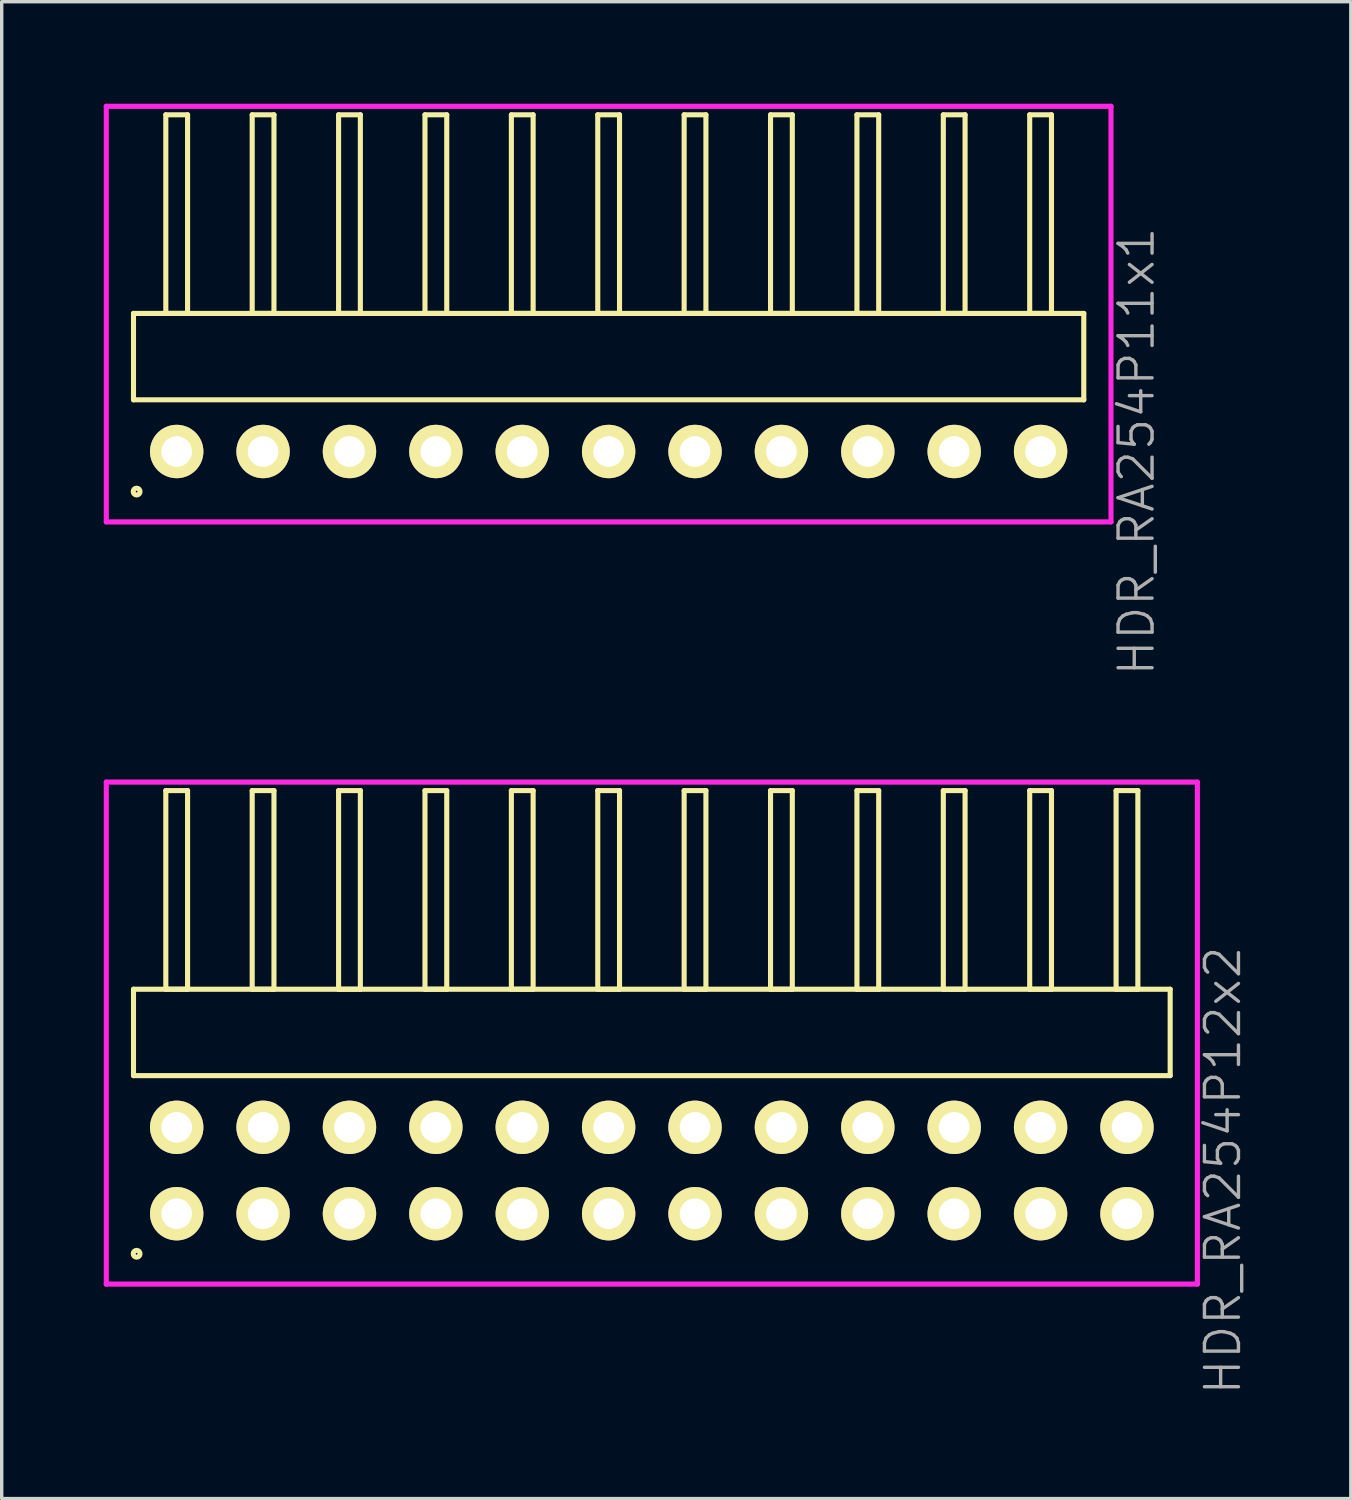
<source format=kicad_pcb>
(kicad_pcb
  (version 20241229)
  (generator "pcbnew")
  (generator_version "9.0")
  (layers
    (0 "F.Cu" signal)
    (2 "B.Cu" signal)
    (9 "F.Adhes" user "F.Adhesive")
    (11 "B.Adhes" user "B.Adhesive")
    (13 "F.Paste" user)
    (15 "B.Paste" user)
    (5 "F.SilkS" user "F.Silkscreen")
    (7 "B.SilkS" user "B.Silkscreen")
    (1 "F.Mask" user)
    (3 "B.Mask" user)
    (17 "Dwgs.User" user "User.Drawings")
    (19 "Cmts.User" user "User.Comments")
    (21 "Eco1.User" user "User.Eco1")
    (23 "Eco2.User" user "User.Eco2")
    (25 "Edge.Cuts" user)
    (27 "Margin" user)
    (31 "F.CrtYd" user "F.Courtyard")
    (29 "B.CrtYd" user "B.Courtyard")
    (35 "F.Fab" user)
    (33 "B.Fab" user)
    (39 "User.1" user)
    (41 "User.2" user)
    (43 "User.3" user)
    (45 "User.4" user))
  (footprint "HDR_RA254P12x2"
    (layer "F.Cu")
    (at 16.115 31.365)
    (property "Reference" "HDR_RA254P12x2" (at 16.79 0 90) (layer "F.Fab") (effects (font (size 1 1) (thickness 0.1))))
    (attr through_hole)
    (fp_line (start -15.24 -5.33) (end -15.24 -2.79) (stroke (width 0.15) (type solid)) (layer "F.SilkS"))
    (fp_line (start -15.24 -2.79) (end 15.24 -2.79) (stroke (width 0.15) (type solid)) (layer "F.SilkS"))
    (fp_line (start -14.29 -11.17) (end -14.29 -5.33) (stroke (width 0.15) (type solid)) (layer "F.SilkS"))
    (fp_line (start -14.29 -5.33) (end -13.65 -5.33) (stroke (width 0.15) (type solid)) (layer "F.SilkS"))
    (fp_line (start -13.65 -11.17) (end -14.29 -11.17) (stroke (width 0.15) (type solid)) (layer "F.SilkS"))
    (fp_line (start -13.65 -5.33) (end -13.65 -11.17) (stroke (width 0.15) (type solid)) (layer "F.SilkS"))
    (fp_line (start -11.75 -11.17) (end -11.75 -5.33) (stroke (width 0.15) (type solid)) (layer "F.SilkS"))
    (fp_line (start -11.75 -5.33) (end -11.11 -5.33) (stroke (width 0.15) (type solid)) (layer "F.SilkS"))
    (fp_line (start -11.11 -11.17) (end -11.75 -11.17) (stroke (width 0.15) (type solid)) (layer "F.SilkS"))
    (fp_line (start -11.11 -5.33) (end -11.11 -11.17) (stroke (width 0.15) (type solid)) (layer "F.SilkS"))
    (fp_line (start -9.21 -11.17) (end -9.21 -5.33) (stroke (width 0.15) (type solid)) (layer "F.SilkS"))
    (fp_line (start -9.21 -5.33) (end -8.57 -5.33) (stroke (width 0.15) (type solid)) (layer "F.SilkS"))
    (fp_line (start -8.57 -11.17) (end -9.21 -11.17) (stroke (width 0.15) (type solid)) (layer "F.SilkS"))
    (fp_line (start -8.57 -5.33) (end -8.57 -11.17) (stroke (width 0.15) (type solid)) (layer "F.SilkS"))
    (fp_line (start -6.67 -11.17) (end -6.67 -5.33) (stroke (width 0.15) (type solid)) (layer "F.SilkS"))
    (fp_line (start -6.67 -5.33) (end -6.03 -5.33) (stroke (width 0.15) (type solid)) (layer "F.SilkS"))
    (fp_line (start -6.03 -11.17) (end -6.67 -11.17) (stroke (width 0.15) (type solid)) (layer "F.SilkS"))
    (fp_line (start -6.03 -5.33) (end -6.03 -11.17) (stroke (width 0.15) (type solid)) (layer "F.SilkS"))
    (fp_line (start -4.13 -11.17) (end -4.13 -5.33) (stroke (width 0.15) (type solid)) (layer "F.SilkS"))
    (fp_line (start -4.13 -5.33) (end -3.49 -5.33) (stroke (width 0.15) (type solid)) (layer "F.SilkS"))
    (fp_line (start -3.49 -11.17) (end -4.13 -11.17) (stroke (width 0.15) (type solid)) (layer "F.SilkS"))
    (fp_line (start -3.49 -5.33) (end -3.49 -11.17) (stroke (width 0.15) (type solid)) (layer "F.SilkS"))
    (fp_line (start -1.59 -11.17) (end -1.59 -5.33) (stroke (width 0.15) (type solid)) (layer "F.SilkS"))
    (fp_line (start -1.59 -5.33) (end -0.95 -5.33) (stroke (width 0.15) (type solid)) (layer "F.SilkS"))
    (fp_line (start -0.95 -11.17) (end -1.59 -11.17) (stroke (width 0.15) (type solid)) (layer "F.SilkS"))
    (fp_line (start -0.95 -5.33) (end -0.95 -11.17) (stroke (width 0.15) (type solid)) (layer "F.SilkS"))
    (fp_line (start 0.95 -11.17) (end 0.95 -5.33) (stroke (width 0.15) (type solid)) (layer "F.SilkS"))
    (fp_line (start 0.95 -5.33) (end 1.59 -5.33) (stroke (width 0.15) (type solid)) (layer "F.SilkS"))
    (fp_line (start 1.59 -11.17) (end 0.95 -11.17) (stroke (width 0.15) (type solid)) (layer "F.SilkS"))
    (fp_line (start 1.59 -5.33) (end 1.59 -11.17) (stroke (width 0.15) (type solid)) (layer "F.SilkS"))
    (fp_line (start 3.49 -11.17) (end 3.49 -5.33) (stroke (width 0.15) (type solid)) (layer "F.SilkS"))
    (fp_line (start 3.49 -5.33) (end 4.13 -5.33) (stroke (width 0.15) (type solid)) (layer "F.SilkS"))
    (fp_line (start 4.13 -11.17) (end 3.49 -11.17) (stroke (width 0.15) (type solid)) (layer "F.SilkS"))
    (fp_line (start 4.13 -5.33) (end 4.13 -11.17) (stroke (width 0.15) (type solid)) (layer "F.SilkS"))
    (fp_line (start 6.03 -11.17) (end 6.03 -5.33) (stroke (width 0.15) (type solid)) (layer "F.SilkS"))
    (fp_line (start 6.03 -5.33) (end 6.67 -5.33) (stroke (width 0.15) (type solid)) (layer "F.SilkS"))
    (fp_line (start 6.67 -11.17) (end 6.03 -11.17) (stroke (width 0.15) (type solid)) (layer "F.SilkS"))
    (fp_line (start 6.67 -5.33) (end 6.67 -11.17) (stroke (width 0.15) (type solid)) (layer "F.SilkS"))
    (fp_line (start 8.57 -11.17) (end 8.57 -5.33) (stroke (width 0.15) (type solid)) (layer "F.SilkS"))
    (fp_line (start 8.57 -5.33) (end 9.21 -5.33) (stroke (width 0.15) (type solid)) (layer "F.SilkS"))
    (fp_line (start 9.21 -11.17) (end 8.57 -11.17) (stroke (width 0.15) (type solid)) (layer "F.SilkS"))
    (fp_line (start 9.21 -5.33) (end 9.21 -11.17) (stroke (width 0.15) (type solid)) (layer "F.SilkS"))
    (fp_line (start 11.11 -11.17) (end 11.11 -5.33) (stroke (width 0.15) (type solid)) (layer "F.SilkS"))
    (fp_line (start 11.11 -5.33) (end 11.75 -5.33) (stroke (width 0.15) (type solid)) (layer "F.SilkS"))
    (fp_line (start 11.75 -11.17) (end 11.11 -11.17) (stroke (width 0.15) (type solid)) (layer "F.SilkS"))
    (fp_line (start 11.75 -5.33) (end 11.75 -11.17) (stroke (width 0.15) (type solid)) (layer "F.SilkS"))
    (fp_line (start 13.65 -11.17) (end 13.65 -5.33) (stroke (width 0.15) (type solid)) (layer "F.SilkS"))
    (fp_line (start 13.65 -5.33) (end 14.29 -5.33) (stroke (width 0.15) (type solid)) (layer "F.SilkS"))
    (fp_line (start 14.29 -11.17) (end 13.65 -11.17) (stroke (width 0.15) (type solid)) (layer "F.SilkS"))
    (fp_line (start 14.29 -5.33) (end 14.29 -11.17) (stroke (width 0.15) (type solid)) (layer "F.SilkS"))
    (fp_line (start 15.24 -5.33) (end -15.24 -5.33) (stroke (width 0.15) (type solid)) (layer "F.SilkS"))
    (fp_line (start 15.24 -2.79) (end 15.24 -5.33) (stroke (width 0.15) (type solid)) (layer "F.SilkS"))
    (fp_circle (center -15.148 2.448) (end -15.048 2.448) (stroke (width 0.15) (type solid)) (fill no) (layer "F.SilkS"))
    (fp_line (start -16.04 -11.42) (end -16.04 3.34) (stroke (width 0.15) (type solid)) (layer "F.CrtYd"))
    (fp_line (start -16.04 3.34) (end 16.04 3.34) (stroke (width 0.15) (type solid)) (layer "F.CrtYd"))
    (fp_line (start 16.04 -11.42) (end -16.04 -11.42) (stroke (width 0.15) (type solid)) (layer "F.CrtYd"))
    (fp_line (start 16.04 3.34) (end 16.04 -11.42) (stroke (width 0.15) (type solid)) (layer "F.CrtYd"))
    (pad "1" thru_hole oval (at -13.97 1.27) (size 1.57 1.57) (drill 0.9) (layers "*.Cu" "*.Mask" "F.SilkS"))
    (pad "2" thru_hole oval (at -13.97 -1.27) (size 1.57 1.57) (drill 0.9) (layers "*.Cu" "*.Mask" "F.SilkS"))
    (pad "3" thru_hole oval (at -11.43 1.27) (size 1.57 1.57) (drill 0.9) (layers "*.Cu" "*.Mask" "F.SilkS"))
    (pad "4" thru_hole oval (at -11.43 -1.27) (size 1.57 1.57) (drill 0.9) (layers "*.Cu" "*.Mask" "F.SilkS"))
    (pad "5" thru_hole oval (at -8.89 1.27) (size 1.57 1.57) (drill 0.9) (layers "*.Cu" "*.Mask" "F.SilkS"))
    (pad "6" thru_hole oval (at -8.89 -1.27) (size 1.57 1.57) (drill 0.9) (layers "*.Cu" "*.Mask" "F.SilkS"))
    (pad "7" thru_hole oval (at -6.35 1.27) (size 1.57 1.57) (drill 0.9) (layers "*.Cu" "*.Mask" "F.SilkS"))
    (pad "8" thru_hole oval (at -6.35 -1.27) (size 1.57 1.57) (drill 0.9) (layers "*.Cu" "*.Mask" "F.SilkS"))
    (pad "9" thru_hole oval (at -3.81 1.27) (size 1.57 1.57) (drill 0.9) (layers "*.Cu" "*.Mask" "F.SilkS"))
    (pad "10" thru_hole oval (at -3.81 -1.27) (size 1.57 1.57) (drill 0.9) (layers "*.Cu" "*.Mask" "F.SilkS"))
    (pad "11" thru_hole oval (at -1.27 1.27) (size 1.57 1.57) (drill 0.9) (layers "*.Cu" "*.Mask" "F.SilkS"))
    (pad "12" thru_hole oval (at -1.27 -1.27) (size 1.57 1.57) (drill 0.9) (layers "*.Cu" "*.Mask" "F.SilkS"))
    (pad "13" thru_hole oval (at 1.27 1.27) (size 1.57 1.57) (drill 0.9) (layers "*.Cu" "*.Mask" "F.SilkS"))
    (pad "14" thru_hole oval (at 1.27 -1.27) (size 1.57 1.57) (drill 0.9) (layers "*.Cu" "*.Mask" "F.SilkS"))
    (pad "15" thru_hole oval (at 3.81 1.27) (size 1.57 1.57) (drill 0.9) (layers "*.Cu" "*.Mask" "F.SilkS"))
    (pad "16" thru_hole oval (at 3.81 -1.27) (size 1.57 1.57) (drill 0.9) (layers "*.Cu" "*.Mask" "F.SilkS"))
    (pad "17" thru_hole oval (at 6.35 1.27) (size 1.57 1.57) (drill 0.9) (layers "*.Cu" "*.Mask" "F.SilkS"))
    (pad "18" thru_hole oval (at 6.35 -1.27) (size 1.57 1.57) (drill 0.9) (layers "*.Cu" "*.Mask" "F.SilkS"))
    (pad "19" thru_hole oval (at 8.89 1.27) (size 1.57 1.57) (drill 0.9) (layers "*.Cu" "*.Mask" "F.SilkS"))
    (pad "20" thru_hole oval (at 8.89 -1.27) (size 1.57 1.57) (drill 0.9) (layers "*.Cu" "*.Mask" "F.SilkS"))
    (pad "21" thru_hole oval (at 11.43 1.27) (size 1.57 1.57) (drill 0.9) (layers "*.Cu" "*.Mask" "F.SilkS"))
    (pad "22" thru_hole oval (at 11.43 -1.27) (size 1.57 1.57) (drill 0.9) (layers "*.Cu" "*.Mask" "F.SilkS"))
    (pad "23" thru_hole oval (at 13.97 1.27) (size 1.57 1.57) (drill 0.9) (layers "*.Cu" "*.Mask" "F.SilkS"))
    (pad "24" thru_hole oval (at 13.97 -1.27) (size 1.57 1.57) (drill 0.9) (layers "*.Cu" "*.Mask" "F.SilkS")))
  (footprint "HDR_RA254P11x1"
    (layer "F.Cu")
    (at 14.845 10.225)
    (property "Reference" "HDR_RA254P11x1" (at 15.52 0 90) (layer "F.Fab") (effects (font (size 1 1) (thickness 0.1))))
    (attr through_hole)
    (fp_line (start -13.97 -4.06) (end -13.97 -1.52) (stroke (width 0.15) (type solid)) (layer "F.SilkS"))
    (fp_line (start -13.97 -1.52) (end 13.97 -1.52) (stroke (width 0.15) (type solid)) (layer "F.SilkS"))
    (fp_line (start -13.02 -9.9) (end -13.02 -4.06) (stroke (width 0.15) (type solid)) (layer "F.SilkS"))
    (fp_line (start -13.02 -4.06) (end -12.38 -4.06) (stroke (width 0.15) (type solid)) (layer "F.SilkS"))
    (fp_line (start -12.38 -9.9) (end -13.02 -9.9) (stroke (width 0.15) (type solid)) (layer "F.SilkS"))
    (fp_line (start -12.38 -4.06) (end -12.38 -9.9) (stroke (width 0.15) (type solid)) (layer "F.SilkS"))
    (fp_line (start -10.48 -9.9) (end -10.48 -4.06) (stroke (width 0.15) (type solid)) (layer "F.SilkS"))
    (fp_line (start -10.48 -4.06) (end -9.84 -4.06) (stroke (width 0.15) (type solid)) (layer "F.SilkS"))
    (fp_line (start -9.84 -9.9) (end -10.48 -9.9) (stroke (width 0.15) (type solid)) (layer "F.SilkS"))
    (fp_line (start -9.84 -4.06) (end -9.84 -9.9) (stroke (width 0.15) (type solid)) (layer "F.SilkS"))
    (fp_line (start -7.94 -9.9) (end -7.94 -4.06) (stroke (width 0.15) (type solid)) (layer "F.SilkS"))
    (fp_line (start -7.94 -4.06) (end -7.3 -4.06) (stroke (width 0.15) (type solid)) (layer "F.SilkS"))
    (fp_line (start -7.3 -9.9) (end -7.94 -9.9) (stroke (width 0.15) (type solid)) (layer "F.SilkS"))
    (fp_line (start -7.3 -4.06) (end -7.3 -9.9) (stroke (width 0.15) (type solid)) (layer "F.SilkS"))
    (fp_line (start -5.4 -9.9) (end -5.4 -4.06) (stroke (width 0.15) (type solid)) (layer "F.SilkS"))
    (fp_line (start -5.4 -4.06) (end -4.76 -4.06) (stroke (width 0.15) (type solid)) (layer "F.SilkS"))
    (fp_line (start -4.76 -9.9) (end -5.4 -9.9) (stroke (width 0.15) (type solid)) (layer "F.SilkS"))
    (fp_line (start -4.76 -4.06) (end -4.76 -9.9) (stroke (width 0.15) (type solid)) (layer "F.SilkS"))
    (fp_line (start -2.86 -9.9) (end -2.86 -4.06) (stroke (width 0.15) (type solid)) (layer "F.SilkS"))
    (fp_line (start -2.86 -4.06) (end -2.22 -4.06) (stroke (width 0.15) (type solid)) (layer "F.SilkS"))
    (fp_line (start -2.22 -9.9) (end -2.86 -9.9) (stroke (width 0.15) (type solid)) (layer "F.SilkS"))
    (fp_line (start -2.22 -4.06) (end -2.22 -9.9) (stroke (width 0.15) (type solid)) (layer "F.SilkS"))
    (fp_line (start -0.32 -9.9) (end -0.32 -4.06) (stroke (width 0.15) (type solid)) (layer "F.SilkS"))
    (fp_line (start -0.32 -4.06) (end 0.32 -4.06) (stroke (width 0.15) (type solid)) (layer "F.SilkS"))
    (fp_line (start 0.32 -9.9) (end -0.32 -9.9) (stroke (width 0.15) (type solid)) (layer "F.SilkS"))
    (fp_line (start 0.32 -4.06) (end 0.32 -9.9) (stroke (width 0.15) (type solid)) (layer "F.SilkS"))
    (fp_line (start 2.22 -9.9) (end 2.22 -4.06) (stroke (width 0.15) (type solid)) (layer "F.SilkS"))
    (fp_line (start 2.22 -4.06) (end 2.86 -4.06) (stroke (width 0.15) (type solid)) (layer "F.SilkS"))
    (fp_line (start 2.86 -9.9) (end 2.22 -9.9) (stroke (width 0.15) (type solid)) (layer "F.SilkS"))
    (fp_line (start 2.86 -4.06) (end 2.86 -9.9) (stroke (width 0.15) (type solid)) (layer "F.SilkS"))
    (fp_line (start 4.76 -9.9) (end 4.76 -4.06) (stroke (width 0.15) (type solid)) (layer "F.SilkS"))
    (fp_line (start 4.76 -4.06) (end 5.4 -4.06) (stroke (width 0.15) (type solid)) (layer "F.SilkS"))
    (fp_line (start 5.4 -9.9) (end 4.76 -9.9) (stroke (width 0.15) (type solid)) (layer "F.SilkS"))
    (fp_line (start 5.4 -4.06) (end 5.4 -9.9) (stroke (width 0.15) (type solid)) (layer "F.SilkS"))
    (fp_line (start 7.3 -9.9) (end 7.3 -4.06) (stroke (width 0.15) (type solid)) (layer "F.SilkS"))
    (fp_line (start 7.3 -4.06) (end 7.94 -4.06) (stroke (width 0.15) (type solid)) (layer "F.SilkS"))
    (fp_line (start 7.94 -9.9) (end 7.3 -9.9) (stroke (width 0.15) (type solid)) (layer "F.SilkS"))
    (fp_line (start 7.94 -4.06) (end 7.94 -9.9) (stroke (width 0.15) (type solid)) (layer "F.SilkS"))
    (fp_line (start 9.84 -9.9) (end 9.84 -4.06) (stroke (width 0.15) (type solid)) (layer "F.SilkS"))
    (fp_line (start 9.84 -4.06) (end 10.48 -4.06) (stroke (width 0.15) (type solid)) (layer "F.SilkS"))
    (fp_line (start 10.48 -9.9) (end 9.84 -9.9) (stroke (width 0.15) (type solid)) (layer "F.SilkS"))
    (fp_line (start 10.48 -4.06) (end 10.48 -9.9) (stroke (width 0.15) (type solid)) (layer "F.SilkS"))
    (fp_line (start 12.38 -9.9) (end 12.38 -4.06) (stroke (width 0.15) (type solid)) (layer "F.SilkS"))
    (fp_line (start 12.38 -4.06) (end 13.02 -4.06) (stroke (width 0.15) (type solid)) (layer "F.SilkS"))
    (fp_line (start 13.02 -9.9) (end 12.38 -9.9) (stroke (width 0.15) (type solid)) (layer "F.SilkS"))
    (fp_line (start 13.02 -4.06) (end 13.02 -9.9) (stroke (width 0.15) (type solid)) (layer "F.SilkS"))
    (fp_line (start 13.97 -4.06) (end -13.97 -4.06) (stroke (width 0.15) (type solid)) (layer "F.SilkS"))
    (fp_line (start 13.97 -1.52) (end 13.97 -4.06) (stroke (width 0.15) (type solid)) (layer "F.SilkS"))
    (fp_circle (center -13.878 1.178) (end -13.778 1.178) (stroke (width 0.15) (type solid)) (fill no) (layer "F.SilkS"))
    (fp_line (start -14.77 -10.15) (end -14.77 2.07) (stroke (width 0.15) (type solid)) (layer "F.CrtYd"))
    (fp_line (start -14.77 2.07) (end 14.77 2.07) (stroke (width 0.15) (type solid)) (layer "F.CrtYd"))
    (fp_line (start 14.77 -10.15) (end -14.77 -10.15) (stroke (width 0.15) (type solid)) (layer "F.CrtYd"))
    (fp_line (start 14.77 2.07) (end 14.77 -10.15) (stroke (width 0.15) (type solid)) (layer "F.CrtYd"))
    (pad "1" thru_hole oval (at -12.7 0) (size 1.57 1.57) (drill 0.9) (layers "*.Cu" "*.Mask" "F.SilkS"))
    (pad "2" thru_hole oval (at -10.16 0) (size 1.57 1.57) (drill 0.9) (layers "*.Cu" "*.Mask" "F.SilkS"))
    (pad "3" thru_hole oval (at -7.62 0) (size 1.57 1.57) (drill 0.9) (layers "*.Cu" "*.Mask" "F.SilkS"))
    (pad "4" thru_hole oval (at -5.08 0) (size 1.57 1.57) (drill 0.9) (layers "*.Cu" "*.Mask" "F.SilkS"))
    (pad "5" thru_hole oval (at -2.54 0) (size 1.57 1.57) (drill 0.9) (layers "*.Cu" "*.Mask" "F.SilkS"))
    (pad "6" thru_hole oval (at 0 0) (size 1.57 1.57) (drill 0.9) (layers "*.Cu" "*.Mask" "F.SilkS"))
    (pad "7" thru_hole oval (at 2.54 0) (size 1.57 1.57) (drill 0.9) (layers "*.Cu" "*.Mask" "F.SilkS"))
    (pad "8" thru_hole oval (at 5.08 0) (size 1.57 1.57) (drill 0.9) (layers "*.Cu" "*.Mask" "F.SilkS"))
    (pad "9" thru_hole oval (at 7.62 0) (size 1.57 1.57) (drill 0.9) (layers "*.Cu" "*.Mask" "F.SilkS"))
    (pad "10" thru_hole oval (at 10.16 0) (size 1.57 1.57) (drill 0.9) (layers "*.Cu" "*.Mask" "F.SilkS"))
    (pad "11" thru_hole oval (at 12.7 0) (size 1.57 1.57) (drill 0.9) (layers "*.Cu" "*.Mask" "F.SilkS")))
  (gr_rect
    (start -3 -3)
    (end 36.666 41.01)
    (stroke (width 0.1) (type default))
    (fill no)
    (layer "Edge.Cuts")))
</source>
